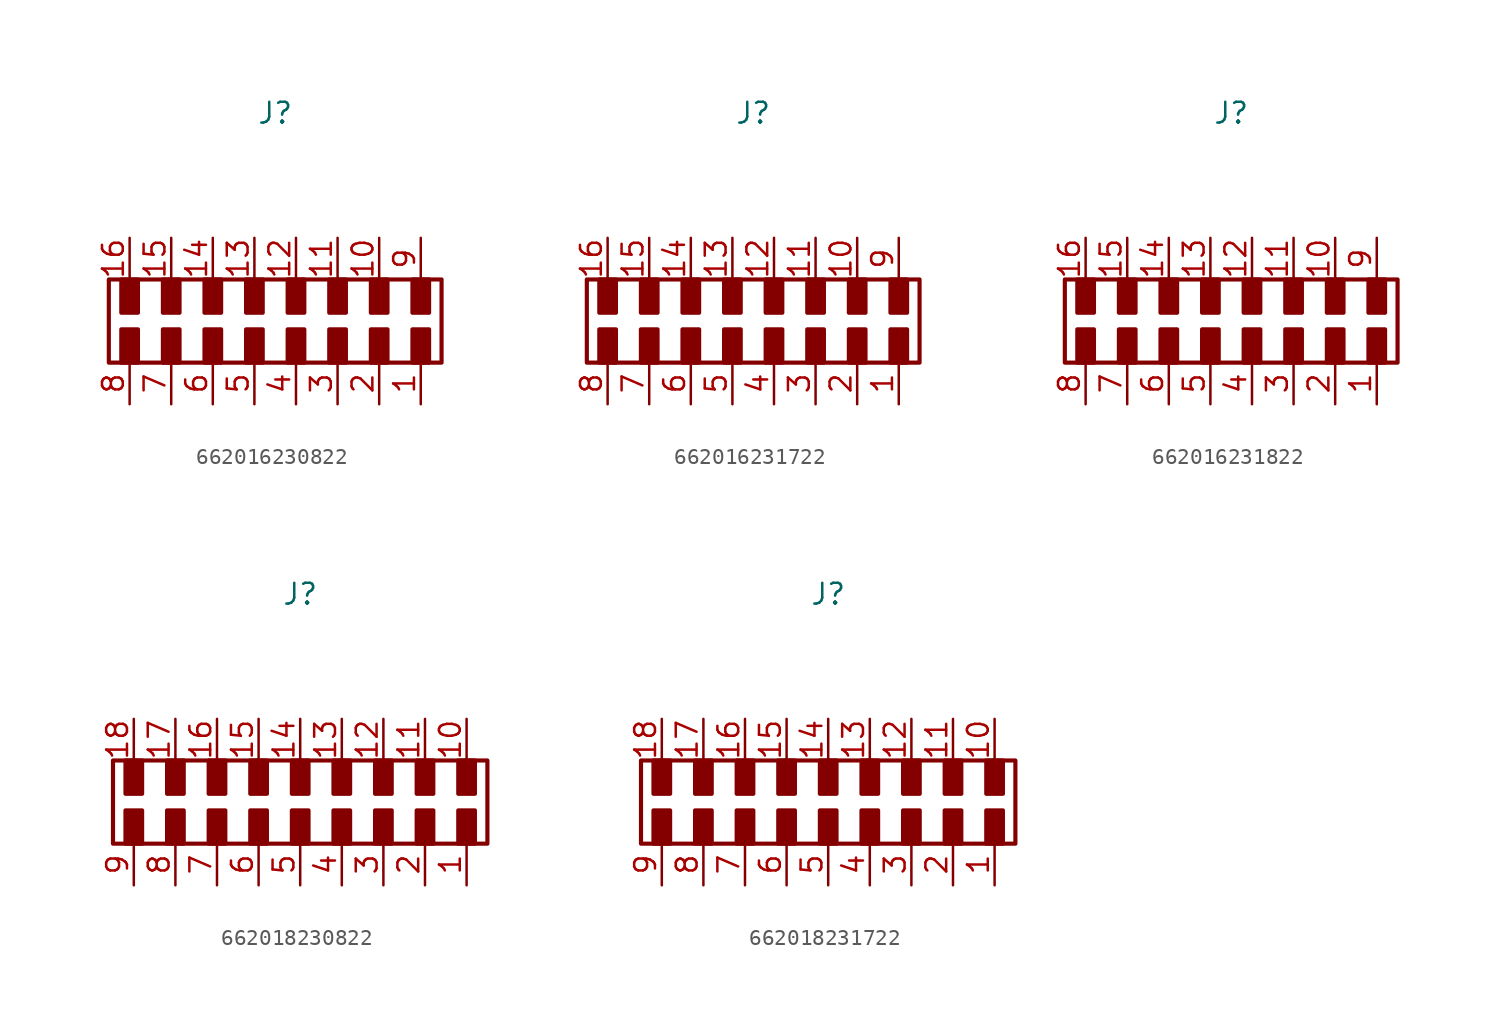
<source format=kicad_sym>
(kicad_symbol_lib
  (version 20241209)
  (generator "kicad_symbol_editor")
  (generator_version "9.0")
  (symbol "662016230822"
    (pin_names
      (hide yes))
    (property "Reference" "J"
      (at 0 12.7 0)
      (effects (font (size 1.27 1.27))))
    (symbol "662016230822_1_1"
      (rectangle (start -10.16 2.54) (end 10.16 -2.54) (stroke (width 0.254) (type solid)) (fill (type none)))
      (rectangle (start -9.398 2.54) (end -8.382 0.508) (stroke (width 0.254) (type solid)) (fill (type outline)))
      (rectangle (start -9.398 -0.508) (end -8.382 -2.54) (stroke (width 0.254) (type solid)) (fill (type outline)))
      (rectangle (start -6.858 2.54) (end -5.842 0.508) (stroke (width 0.254) (type solid)) (fill (type outline)))
      (rectangle (start -6.858 -0.508) (end -5.842 -2.54) (stroke (width 0.254) (type solid)) (fill (type outline)))
      (rectangle (start -4.318 2.54) (end -3.302 0.508) (stroke (width 0.254) (type solid)) (fill (type outline)))
      (rectangle (start -4.318 -0.508) (end -3.302 -2.54) (stroke (width 0.254) (type solid)) (fill (type outline)))
      (rectangle (start -1.778 2.54) (end -0.762 0.508) (stroke (width 0.254) (type solid)) (fill (type outline)))
      (rectangle (start -1.778 -0.508) (end -0.762 -2.54) (stroke (width 0.254) (type solid)) (fill (type outline)))
      (rectangle (start 0.762 2.54) (end 1.778 0.508) (stroke (width 0.254) (type solid)) (fill (type outline)))
      (rectangle (start 0.762 -0.508) (end 1.778 -2.54) (stroke (width 0.254) (type solid)) (fill (type outline)))
      (rectangle (start 3.302 2.54) (end 4.318 0.508) (stroke (width 0.254) (type solid)) (fill (type outline)))
      (rectangle (start 3.302 -0.508) (end 4.318 -2.54) (stroke (width 0.254) (type solid)) (fill (type outline)))
      (rectangle (start 5.842 2.54) (end 6.858 0.508) (stroke (width 0.254) (type solid)) (fill (type outline)))
      (rectangle (start 5.842 -0.508) (end 6.858 -2.54) (stroke (width 0.254) (type solid)) (fill (type outline)))
      (rectangle (start 8.382 2.54) (end 9.398 0.508) (stroke (width 0.254) (type solid)) (fill (type outline)))
      (rectangle (start 8.382 -0.508) (end 9.398 -2.54) (stroke (width 0.254) (type solid)) (fill (type outline)))
      (pin passive line (at -8.89 5.08 270) (length 2.54) (name "16" (effects (font (size 1.27 1.27)))) (number "16" (effects (font (size 1.27 1.27)))))
      (pin passive line (at -8.89 -5.08 90) (length 2.54) (name "8" (effects (font (size 1.27 1.27)))) (number "8" (effects (font (size 1.27 1.27)))))
      (pin passive line (at -6.35 5.08 270) (length 2.54) (name "15" (effects (font (size 1.27 1.27)))) (number "15" (effects (font (size 1.27 1.27)))))
      (pin passive line (at -6.35 -5.08 90) (length 2.54) (name "7" (effects (font (size 1.27 1.27)))) (number "7" (effects (font (size 1.27 1.27)))))
      (pin passive line (at -3.81 5.08 270) (length 2.54) (name "14" (effects (font (size 1.27 1.27)))) (number "14" (effects (font (size 1.27 1.27)))))
      (pin passive line (at -3.81 -5.08 90) (length 2.54) (name "6" (effects (font (size 1.27 1.27)))) (number "6" (effects (font (size 1.27 1.27)))))
      (pin passive line (at -1.27 5.08 270) (length 2.54) (name "13" (effects (font (size 1.27 1.27)))) (number "13" (effects (font (size 1.27 1.27)))))
      (pin passive line (at -1.27 -5.08 90) (length 2.54) (name "5" (effects (font (size 1.27 1.27)))) (number "5" (effects (font (size 1.27 1.27)))))
      (pin passive line (at 1.27 5.08 270) (length 2.54) (name "12" (effects (font (size 1.27 1.27)))) (number "12" (effects (font (size 1.27 1.27)))))
      (pin passive line (at 1.27 -5.08 90) (length 2.54) (name "4" (effects (font (size 1.27 1.27)))) (number "4" (effects (font (size 1.27 1.27)))))
      (pin passive line (at 3.81 5.08 270) (length 2.54) (name "11" (effects (font (size 1.27 1.27)))) (number "11" (effects (font (size 1.27 1.27)))))
      (pin passive line (at 3.81 -5.08 90) (length 2.54) (name "3" (effects (font (size 1.27 1.27)))) (number "3" (effects (font (size 1.27 1.27)))))
      (pin passive line (at 6.35 5.08 270) (length 2.54) (name "10" (effects (font (size 1.27 1.27)))) (number "10" (effects (font (size 1.27 1.27)))))
      (pin passive line (at 6.35 -5.08 90) (length 2.54) (name "2" (effects (font (size 1.27 1.27)))) (number "2" (effects (font (size 1.27 1.27)))))
      (pin passive line (at 8.89 5.08 270) (length 2.54) (name "9" (effects (font (size 1.27 1.27)))) (number "9" (effects (font (size 1.27 1.27)))))
      (pin passive line (at 8.89 -5.08 90) (length 2.54) (name "1" (effects (font (size 1.27 1.27)))) (number "1" (effects (font (size 1.27 1.27)))))))
  (symbol "662016231722"
    (pin_names
      (hide yes))
    (property "Reference" "J"
      (at 0 12.7 0)
      (effects (font (size 1.27 1.27))))
    (symbol "662016231722_1_1"
      (rectangle (start -10.16 2.54) (end 10.16 -2.54) (stroke (width 0.254) (type solid)) (fill (type none)))
      (rectangle (start -9.398 2.54) (end -8.382 0.508) (stroke (width 0.254) (type solid)) (fill (type outline)))
      (rectangle (start -9.398 -0.508) (end -8.382 -2.54) (stroke (width 0.254) (type solid)) (fill (type outline)))
      (rectangle (start -6.858 2.54) (end -5.842 0.508) (stroke (width 0.254) (type solid)) (fill (type outline)))
      (rectangle (start -6.858 -0.508) (end -5.842 -2.54) (stroke (width 0.254) (type solid)) (fill (type outline)))
      (rectangle (start -4.318 2.54) (end -3.302 0.508) (stroke (width 0.254) (type solid)) (fill (type outline)))
      (rectangle (start -4.318 -0.508) (end -3.302 -2.54) (stroke (width 0.254) (type solid)) (fill (type outline)))
      (rectangle (start -1.778 2.54) (end -0.762 0.508) (stroke (width 0.254) (type solid)) (fill (type outline)))
      (rectangle (start -1.778 -0.508) (end -0.762 -2.54) (stroke (width 0.254) (type solid)) (fill (type outline)))
      (rectangle (start 0.762 2.54) (end 1.778 0.508) (stroke (width 0.254) (type solid)) (fill (type outline)))
      (rectangle (start 0.762 -0.508) (end 1.778 -2.54) (stroke (width 0.254) (type solid)) (fill (type outline)))
      (rectangle (start 3.302 2.54) (end 4.318 0.508) (stroke (width 0.254) (type solid)) (fill (type outline)))
      (rectangle (start 3.302 -0.508) (end 4.318 -2.54) (stroke (width 0.254) (type solid)) (fill (type outline)))
      (rectangle (start 5.842 2.54) (end 6.858 0.508) (stroke (width 0.254) (type solid)) (fill (type outline)))
      (rectangle (start 5.842 -0.508) (end 6.858 -2.54) (stroke (width 0.254) (type solid)) (fill (type outline)))
      (rectangle (start 8.382 2.54) (end 9.398 0.508) (stroke (width 0.254) (type solid)) (fill (type outline)))
      (rectangle (start 8.382 -0.508) (end 9.398 -2.54) (stroke (width 0.254) (type solid)) (fill (type outline)))
      (pin passive line (at -8.89 5.08 270) (length 2.54) (name "16" (effects (font (size 1.27 1.27)))) (number "16" (effects (font (size 1.27 1.27)))))
      (pin passive line (at -8.89 -5.08 90) (length 2.54) (name "8" (effects (font (size 1.27 1.27)))) (number "8" (effects (font (size 1.27 1.27)))))
      (pin passive line (at -6.35 5.08 270) (length 2.54) (name "15" (effects (font (size 1.27 1.27)))) (number "15" (effects (font (size 1.27 1.27)))))
      (pin passive line (at -6.35 -5.08 90) (length 2.54) (name "7" (effects (font (size 1.27 1.27)))) (number "7" (effects (font (size 1.27 1.27)))))
      (pin passive line (at -3.81 5.08 270) (length 2.54) (name "14" (effects (font (size 1.27 1.27)))) (number "14" (effects (font (size 1.27 1.27)))))
      (pin passive line (at -3.81 -5.08 90) (length 2.54) (name "6" (effects (font (size 1.27 1.27)))) (number "6" (effects (font (size 1.27 1.27)))))
      (pin passive line (at -1.27 5.08 270) (length 2.54) (name "13" (effects (font (size 1.27 1.27)))) (number "13" (effects (font (size 1.27 1.27)))))
      (pin passive line (at -1.27 -5.08 90) (length 2.54) (name "5" (effects (font (size 1.27 1.27)))) (number "5" (effects (font (size 1.27 1.27)))))
      (pin passive line (at 1.27 5.08 270) (length 2.54) (name "12" (effects (font (size 1.27 1.27)))) (number "12" (effects (font (size 1.27 1.27)))))
      (pin passive line (at 1.27 -5.08 90) (length 2.54) (name "4" (effects (font (size 1.27 1.27)))) (number "4" (effects (font (size 1.27 1.27)))))
      (pin passive line (at 3.81 5.08 270) (length 2.54) (name "11" (effects (font (size 1.27 1.27)))) (number "11" (effects (font (size 1.27 1.27)))))
      (pin passive line (at 3.81 -5.08 90) (length 2.54) (name "3" (effects (font (size 1.27 1.27)))) (number "3" (effects (font (size 1.27 1.27)))))
      (pin passive line (at 6.35 5.08 270) (length 2.54) (name "10" (effects (font (size 1.27 1.27)))) (number "10" (effects (font (size 1.27 1.27)))))
      (pin passive line (at 6.35 -5.08 90) (length 2.54) (name "2" (effects (font (size 1.27 1.27)))) (number "2" (effects (font (size 1.27 1.27)))))
      (pin passive line (at 8.89 5.08 270) (length 2.54) (name "9" (effects (font (size 1.27 1.27)))) (number "9" (effects (font (size 1.27 1.27)))))
      (pin passive line (at 8.89 -5.08 90) (length 2.54) (name "1" (effects (font (size 1.27 1.27)))) (number "1" (effects (font (size 1.27 1.27)))))))
  (symbol "662016231822"
    (pin_names
      (hide yes))
    (property "Reference" "J"
      (at 0 12.7 0)
      (effects (font (size 1.27 1.27))))
    (symbol "662016231822_1_1"
      (rectangle (start -10.16 2.54) (end 10.16 -2.54) (stroke (width 0.254) (type solid)) (fill (type none)))
      (rectangle (start -9.398 2.54) (end -8.382 0.508) (stroke (width 0.254) (type solid)) (fill (type outline)))
      (rectangle (start -9.398 -0.508) (end -8.382 -2.54) (stroke (width 0.254) (type solid)) (fill (type outline)))
      (rectangle (start -6.858 2.54) (end -5.842 0.508) (stroke (width 0.254) (type solid)) (fill (type outline)))
      (rectangle (start -6.858 -0.508) (end -5.842 -2.54) (stroke (width 0.254) (type solid)) (fill (type outline)))
      (rectangle (start -4.318 2.54) (end -3.302 0.508) (stroke (width 0.254) (type solid)) (fill (type outline)))
      (rectangle (start -4.318 -0.508) (end -3.302 -2.54) (stroke (width 0.254) (type solid)) (fill (type outline)))
      (rectangle (start -1.778 2.54) (end -0.762 0.508) (stroke (width 0.254) (type solid)) (fill (type outline)))
      (rectangle (start -1.778 -0.508) (end -0.762 -2.54) (stroke (width 0.254) (type solid)) (fill (type outline)))
      (rectangle (start 0.762 2.54) (end 1.778 0.508) (stroke (width 0.254) (type solid)) (fill (type outline)))
      (rectangle (start 0.762 -0.508) (end 1.778 -2.54) (stroke (width 0.254) (type solid)) (fill (type outline)))
      (rectangle (start 3.302 2.54) (end 4.318 0.508) (stroke (width 0.254) (type solid)) (fill (type outline)))
      (rectangle (start 3.302 -0.508) (end 4.318 -2.54) (stroke (width 0.254) (type solid)) (fill (type outline)))
      (rectangle (start 5.842 2.54) (end 6.858 0.508) (stroke (width 0.254) (type solid)) (fill (type outline)))
      (rectangle (start 5.842 -0.508) (end 6.858 -2.54) (stroke (width 0.254) (type solid)) (fill (type outline)))
      (rectangle (start 8.382 2.54) (end 9.398 0.508) (stroke (width 0.254) (type solid)) (fill (type outline)))
      (rectangle (start 8.382 -0.508) (end 9.398 -2.54) (stroke (width 0.254) (type solid)) (fill (type outline)))
      (pin passive line (at -8.89 5.08 270) (length 2.54) (name "16" (effects (font (size 1.27 1.27)))) (number "16" (effects (font (size 1.27 1.27)))))
      (pin passive line (at -8.89 -5.08 90) (length 2.54) (name "8" (effects (font (size 1.27 1.27)))) (number "8" (effects (font (size 1.27 1.27)))))
      (pin passive line (at -6.35 5.08 270) (length 2.54) (name "15" (effects (font (size 1.27 1.27)))) (number "15" (effects (font (size 1.27 1.27)))))
      (pin passive line (at -6.35 -5.08 90) (length 2.54) (name "7" (effects (font (size 1.27 1.27)))) (number "7" (effects (font (size 1.27 1.27)))))
      (pin passive line (at -3.81 5.08 270) (length 2.54) (name "14" (effects (font (size 1.27 1.27)))) (number "14" (effects (font (size 1.27 1.27)))))
      (pin passive line (at -3.81 -5.08 90) (length 2.54) (name "6" (effects (font (size 1.27 1.27)))) (number "6" (effects (font (size 1.27 1.27)))))
      (pin passive line (at -1.27 5.08 270) (length 2.54) (name "13" (effects (font (size 1.27 1.27)))) (number "13" (effects (font (size 1.27 1.27)))))
      (pin passive line (at -1.27 -5.08 90) (length 2.54) (name "5" (effects (font (size 1.27 1.27)))) (number "5" (effects (font (size 1.27 1.27)))))
      (pin passive line (at 1.27 5.08 270) (length 2.54) (name "12" (effects (font (size 1.27 1.27)))) (number "12" (effects (font (size 1.27 1.27)))))
      (pin passive line (at 1.27 -5.08 90) (length 2.54) (name "4" (effects (font (size 1.27 1.27)))) (number "4" (effects (font (size 1.27 1.27)))))
      (pin passive line (at 3.81 5.08 270) (length 2.54) (name "11" (effects (font (size 1.27 1.27)))) (number "11" (effects (font (size 1.27 1.27)))))
      (pin passive line (at 3.81 -5.08 90) (length 2.54) (name "3" (effects (font (size 1.27 1.27)))) (number "3" (effects (font (size 1.27 1.27)))))
      (pin passive line (at 6.35 5.08 270) (length 2.54) (name "10" (effects (font (size 1.27 1.27)))) (number "10" (effects (font (size 1.27 1.27)))))
      (pin passive line (at 6.35 -5.08 90) (length 2.54) (name "2" (effects (font (size 1.27 1.27)))) (number "2" (effects (font (size 1.27 1.27)))))
      (pin passive line (at 8.89 5.08 270) (length 2.54) (name "9" (effects (font (size 1.27 1.27)))) (number "9" (effects (font (size 1.27 1.27)))))
      (pin passive line (at 8.89 -5.08 90) (length 2.54) (name "1" (effects (font (size 1.27 1.27)))) (number "1" (effects (font (size 1.27 1.27)))))))
  (symbol "662018230822"
    (pin_names
      (hide yes))
    (property "Reference" "J"
      (at 0 12.7 0)
      (effects (font (size 1.27 1.27))))
    (symbol "662018230822_1_1"
      (rectangle (start -11.43 2.54) (end 11.43 -2.54) (stroke (width 0.254) (type solid)) (fill (type none)))
      (rectangle (start -10.668 2.54) (end -9.652 0.508) (stroke (width 0.254) (type solid)) (fill (type outline)))
      (rectangle (start -10.668 -0.508) (end -9.652 -2.54) (stroke (width 0.254) (type solid)) (fill (type outline)))
      (rectangle (start -8.128 2.54) (end -7.112 0.508) (stroke (width 0.254) (type solid)) (fill (type outline)))
      (rectangle (start -8.128 -0.508) (end -7.112 -2.54) (stroke (width 0.254) (type solid)) (fill (type outline)))
      (rectangle (start -5.588 2.54) (end -4.572 0.508) (stroke (width 0.254) (type solid)) (fill (type outline)))
      (rectangle (start -5.588 -0.508) (end -4.572 -2.54) (stroke (width 0.254) (type solid)) (fill (type outline)))
      (rectangle (start -3.048 2.54) (end -2.032 0.508) (stroke (width 0.254) (type solid)) (fill (type outline)))
      (rectangle (start -3.048 -0.508) (end -2.032 -2.54) (stroke (width 0.254) (type solid)) (fill (type outline)))
      (rectangle (start -0.508 2.54) (end 0.508 0.508) (stroke (width 0.254) (type solid)) (fill (type outline)))
      (rectangle (start -0.508 -0.508) (end 0.508 -2.54) (stroke (width 0.254) (type solid)) (fill (type outline)))
      (rectangle (start 2.032 2.54) (end 3.048 0.508) (stroke (width 0.254) (type solid)) (fill (type outline)))
      (rectangle (start 2.032 -0.508) (end 3.048 -2.54) (stroke (width 0.254) (type solid)) (fill (type outline)))
      (rectangle (start 4.572 2.54) (end 5.588 0.508) (stroke (width 0.254) (type solid)) (fill (type outline)))
      (rectangle (start 4.572 -0.508) (end 5.588 -2.54) (stroke (width 0.254) (type solid)) (fill (type outline)))
      (rectangle (start 7.112 2.54) (end 8.128 0.508) (stroke (width 0.254) (type solid)) (fill (type outline)))
      (rectangle (start 7.112 -0.508) (end 8.128 -2.54) (stroke (width 0.254) (type solid)) (fill (type outline)))
      (rectangle (start 9.652 2.54) (end 10.668 0.508) (stroke (width 0.254) (type solid)) (fill (type outline)))
      (rectangle (start 9.652 -0.508) (end 10.668 -2.54) (stroke (width 0.254) (type solid)) (fill (type outline)))
      (pin passive line (at -10.16 5.08 270) (length 2.54) (name "18" (effects (font (size 1.27 1.27)))) (number "18" (effects (font (size 1.27 1.27)))))
      (pin passive line (at -10.16 -5.08 90) (length 2.54) (name "9" (effects (font (size 1.27 1.27)))) (number "9" (effects (font (size 1.27 1.27)))))
      (pin passive line (at -7.62 5.08 270) (length 2.54) (name "17" (effects (font (size 1.27 1.27)))) (number "17" (effects (font (size 1.27 1.27)))))
      (pin passive line (at -7.62 -5.08 90) (length 2.54) (name "8" (effects (font (size 1.27 1.27)))) (number "8" (effects (font (size 1.27 1.27)))))
      (pin passive line (at -5.08 5.08 270) (length 2.54) (name "16" (effects (font (size 1.27 1.27)))) (number "16" (effects (font (size 1.27 1.27)))))
      (pin passive line (at -5.08 -5.08 90) (length 2.54) (name "7" (effects (font (size 1.27 1.27)))) (number "7" (effects (font (size 1.27 1.27)))))
      (pin passive line (at -2.54 5.08 270) (length 2.54) (name "15" (effects (font (size 1.27 1.27)))) (number "15" (effects (font (size 1.27 1.27)))))
      (pin passive line (at -2.54 -5.08 90) (length 2.54) (name "6" (effects (font (size 1.27 1.27)))) (number "6" (effects (font (size 1.27 1.27)))))
      (pin passive line (at 0 5.08 270) (length 2.54) (name "14" (effects (font (size 1.27 1.27)))) (number "14" (effects (font (size 1.27 1.27)))))
      (pin passive line (at 0 -5.08 90) (length 2.54) (name "5" (effects (font (size 1.27 1.27)))) (number "5" (effects (font (size 1.27 1.27)))))
      (pin passive line (at 2.54 5.08 270) (length 2.54) (name "13" (effects (font (size 1.27 1.27)))) (number "13" (effects (font (size 1.27 1.27)))))
      (pin passive line (at 2.54 -5.08 90) (length 2.54) (name "4" (effects (font (size 1.27 1.27)))) (number "4" (effects (font (size 1.27 1.27)))))
      (pin passive line (at 5.08 5.08 270) (length 2.54) (name "12" (effects (font (size 1.27 1.27)))) (number "12" (effects (font (size 1.27 1.27)))))
      (pin passive line (at 5.08 -5.08 90) (length 2.54) (name "3" (effects (font (size 1.27 1.27)))) (number "3" (effects (font (size 1.27 1.27)))))
      (pin passive line (at 7.62 5.08 270) (length 2.54) (name "11" (effects (font (size 1.27 1.27)))) (number "11" (effects (font (size 1.27 1.27)))))
      (pin passive line (at 7.62 -5.08 90) (length 2.54) (name "2" (effects (font (size 1.27 1.27)))) (number "2" (effects (font (size 1.27 1.27)))))
      (pin passive line (at 10.16 5.08 270) (length 2.54) (name "10" (effects (font (size 1.27 1.27)))) (number "10" (effects (font (size 1.27 1.27)))))
      (pin passive line (at 10.16 -5.08 90) (length 2.54) (name "1" (effects (font (size 1.27 1.27)))) (number "1" (effects (font (size 1.27 1.27)))))))
  (symbol "662018231722"
    (pin_names
      (hide yes))
    (property "Reference" "J"
      (at 0 12.7 0)
      (effects (font (size 1.27 1.27))))
    (symbol "662018231722_1_1"
      (rectangle (start -11.43 2.54) (end 11.43 -2.54) (stroke (width 0.254) (type solid)) (fill (type none)))
      (rectangle (start -10.668 2.54) (end -9.652 0.508) (stroke (width 0.254) (type solid)) (fill (type outline)))
      (rectangle (start -10.668 -0.508) (end -9.652 -2.54) (stroke (width 0.254) (type solid)) (fill (type outline)))
      (rectangle (start -8.128 2.54) (end -7.112 0.508) (stroke (width 0.254) (type solid)) (fill (type outline)))
      (rectangle (start -8.128 -0.508) (end -7.112 -2.54) (stroke (width 0.254) (type solid)) (fill (type outline)))
      (rectangle (start -5.588 2.54) (end -4.572 0.508) (stroke (width 0.254) (type solid)) (fill (type outline)))
      (rectangle (start -5.588 -0.508) (end -4.572 -2.54) (stroke (width 0.254) (type solid)) (fill (type outline)))
      (rectangle (start -3.048 2.54) (end -2.032 0.508) (stroke (width 0.254) (type solid)) (fill (type outline)))
      (rectangle (start -3.048 -0.508) (end -2.032 -2.54) (stroke (width 0.254) (type solid)) (fill (type outline)))
      (rectangle (start -0.508 2.54) (end 0.508 0.508) (stroke (width 0.254) (type solid)) (fill (type outline)))
      (rectangle (start -0.508 -0.508) (end 0.508 -2.54) (stroke (width 0.254) (type solid)) (fill (type outline)))
      (rectangle (start 2.032 2.54) (end 3.048 0.508) (stroke (width 0.254) (type solid)) (fill (type outline)))
      (rectangle (start 2.032 -0.508) (end 3.048 -2.54) (stroke (width 0.254) (type solid)) (fill (type outline)))
      (rectangle (start 4.572 2.54) (end 5.588 0.508) (stroke (width 0.254) (type solid)) (fill (type outline)))
      (rectangle (start 4.572 -0.508) (end 5.588 -2.54) (stroke (width 0.254) (type solid)) (fill (type outline)))
      (rectangle (start 7.112 2.54) (end 8.128 0.508) (stroke (width 0.254) (type solid)) (fill (type outline)))
      (rectangle (start 7.112 -0.508) (end 8.128 -2.54) (stroke (width 0.254) (type solid)) (fill (type outline)))
      (rectangle (start 9.652 2.54) (end 10.668 0.508) (stroke (width 0.254) (type solid)) (fill (type outline)))
      (rectangle (start 9.652 -0.508) (end 10.668 -2.54) (stroke (width 0.254) (type solid)) (fill (type outline)))
      (pin passive line (at -10.16 5.08 270) (length 2.54) (name "18" (effects (font (size 1.27 1.27)))) (number "18" (effects (font (size 1.27 1.27)))))
      (pin passive line (at -10.16 -5.08 90) (length 2.54) (name "9" (effects (font (size 1.27 1.27)))) (number "9" (effects (font (size 1.27 1.27)))))
      (pin passive line (at -7.62 5.08 270) (length 2.54) (name "17" (effects (font (size 1.27 1.27)))) (number "17" (effects (font (size 1.27 1.27)))))
      (pin passive line (at -7.62 -5.08 90) (length 2.54) (name "8" (effects (font (size 1.27 1.27)))) (number "8" (effects (font (size 1.27 1.27)))))
      (pin passive line (at -5.08 5.08 270) (length 2.54) (name "16" (effects (font (size 1.27 1.27)))) (number "16" (effects (font (size 1.27 1.27)))))
      (pin passive line (at -5.08 -5.08 90) (length 2.54) (name "7" (effects (font (size 1.27 1.27)))) (number "7" (effects (font (size 1.27 1.27)))))
      (pin passive line (at -2.54 5.08 270) (length 2.54) (name "15" (effects (font (size 1.27 1.27)))) (number "15" (effects (font (size 1.27 1.27)))))
      (pin passive line (at -2.54 -5.08 90) (length 2.54) (name "6" (effects (font (size 1.27 1.27)))) (number "6" (effects (font (size 1.27 1.27)))))
      (pin passive line (at 0 5.08 270) (length 2.54) (name "14" (effects (font (size 1.27 1.27)))) (number "14" (effects (font (size 1.27 1.27)))))
      (pin passive line (at 0 -5.08 90) (length 2.54) (name "5" (effects (font (size 1.27 1.27)))) (number "5" (effects (font (size 1.27 1.27)))))
      (pin passive line (at 2.54 5.08 270) (length 2.54) (name "13" (effects (font (size 1.27 1.27)))) (number "13" (effects (font (size 1.27 1.27)))))
      (pin passive line (at 2.54 -5.08 90) (length 2.54) (name "4" (effects (font (size 1.27 1.27)))) (number "4" (effects (font (size 1.27 1.27)))))
      (pin passive line (at 5.08 5.08 270) (length 2.54) (name "12" (effects (font (size 1.27 1.27)))) (number "12" (effects (font (size 1.27 1.27)))))
      (pin passive line (at 5.08 -5.08 90) (length 2.54) (name "3" (effects (font (size 1.27 1.27)))) (number "3" (effects (font (size 1.27 1.27)))))
      (pin passive line (at 7.62 5.08 270) (length 2.54) (name "11" (effects (font (size 1.27 1.27)))) (number "11" (effects (font (size 1.27 1.27)))))
      (pin passive line (at 7.62 -5.08 90) (length 2.54) (name "2" (effects (font (size 1.27 1.27)))) (number "2" (effects (font (size 1.27 1.27)))))
      (pin passive line (at 10.16 5.08 270) (length 2.54) (name "10" (effects (font (size 1.27 1.27)))) (number "10" (effects (font (size 1.27 1.27)))))
      (pin passive line (at 10.16 -5.08 90) (length 2.54) (name "1" (effects (font (size 1.27 1.27)))) (number "1" (effects (font (size 1.27 1.27))))))))
</source>
